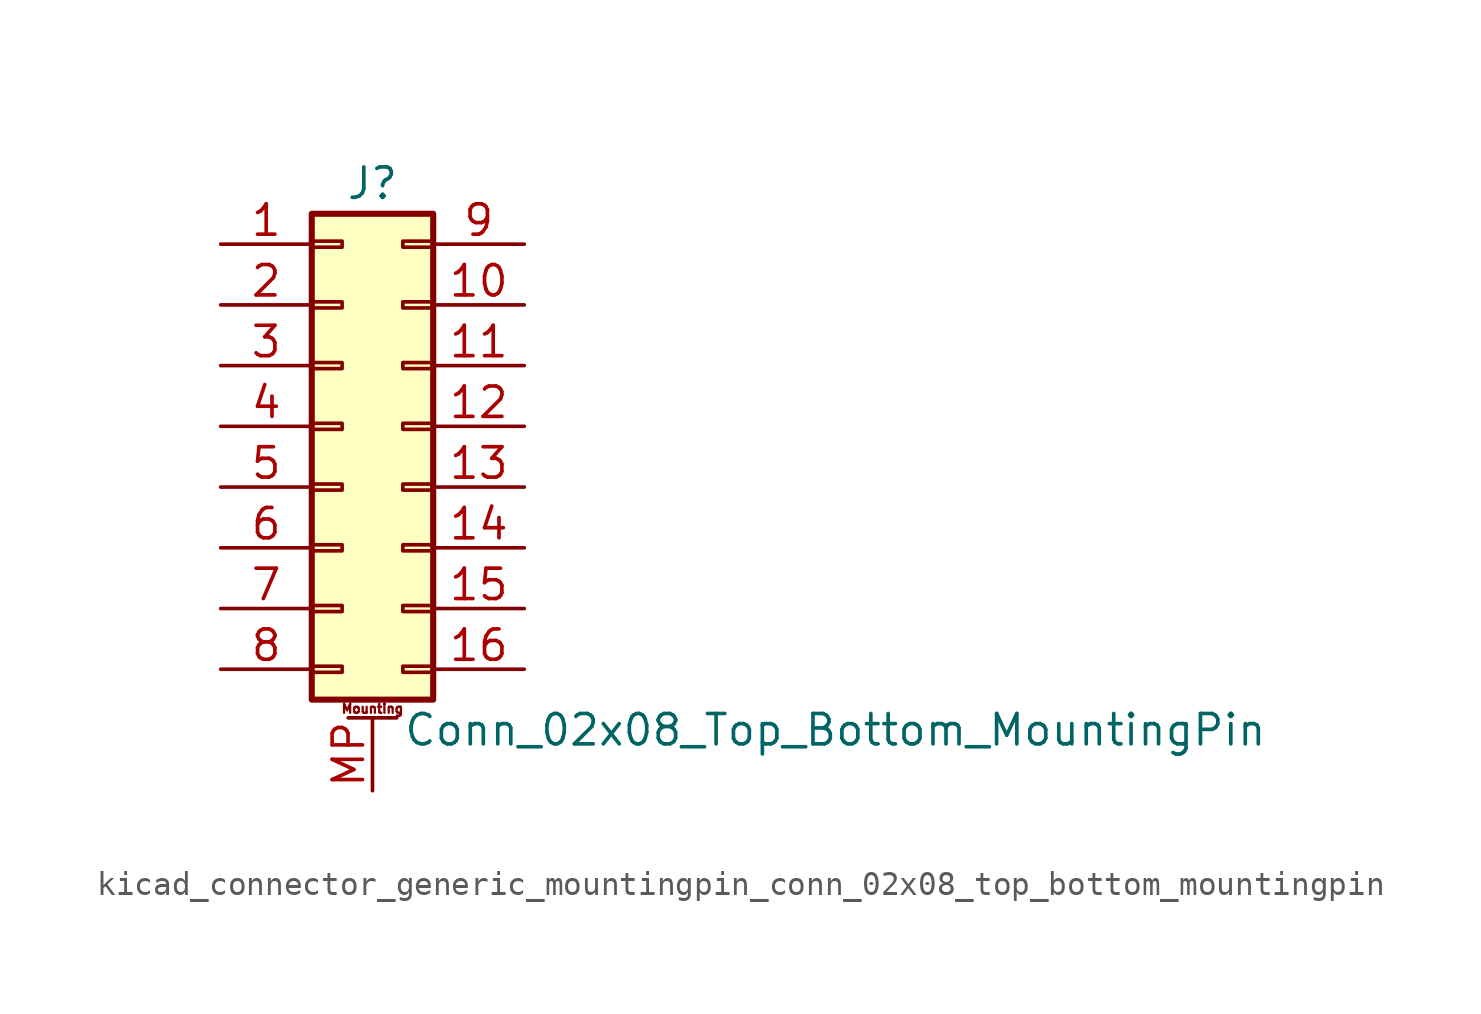
<source format=kicad_sym>
(kicad_symbol_lib
  (version 20220914)
  (generator kicad_symbol_editor)
  (symbol "kicad_connector_generic_mountingpin_conn_02x08_top_bottom_mountingpin"
    (pin_names
      (offset 1.016) hide)
    (property "Reference" "J"
      (at 1.27 10.16 0)
      (effects (font (size 1.27 1.27))))
    (property "Value" "Conn_02x08_Top_Bottom_MountingPin"
      (at 2.54 -12.7 0)
      (effects (font (size 1.27 1.27)) (justify left)))
    (symbol "kicad_connector_generic_mountingpin_conn_02x08_top_bottom_mountingpin_1_1"
      (rectangle (start -1.27 -10.033) (end 0 -10.287) (stroke (width 0.152) (type default)) (fill (type none)))
      (rectangle (start -1.27 -7.493) (end 0 -7.747) (stroke (width 0.152) (type default)) (fill (type none)))
      (rectangle (start -1.27 -4.953) (end 0 -5.207) (stroke (width 0.152) (type default)) (fill (type none)))
      (rectangle (start -1.27 -2.413) (end 0 -2.667) (stroke (width 0.152) (type default)) (fill (type none)))
      (rectangle (start -1.27 0.127) (end 0 -0.127) (stroke (width 0.152) (type default)) (fill (type none)))
      (rectangle (start -1.27 2.667) (end 0 2.413) (stroke (width 0.152) (type default)) (fill (type none)))
      (rectangle (start -1.27 5.207) (end 0 4.953) (stroke (width 0.152) (type default)) (fill (type none)))
      (rectangle (start -1.27 7.747) (end 0 7.493) (stroke (width 0.152) (type default)) (fill (type none)))
      (rectangle (start -1.27 8.89) (end 3.81 -11.43) (stroke (width 0.254) (type default)) (fill (type background)))
      (polyline (pts (xy 0.254 -12.192) (xy 2.286 -12.192)) (stroke (width 0.152) (type default)) (fill (type none)))
      (rectangle (start 3.81 -10.033) (end 2.54 -10.287) (stroke (width 0.152) (type default)) (fill (type none)))
      (rectangle (start 3.81 -7.493) (end 2.54 -7.747) (stroke (width 0.152) (type default)) (fill (type none)))
      (rectangle (start 3.81 -4.953) (end 2.54 -5.207) (stroke (width 0.152) (type default)) (fill (type none)))
      (rectangle (start 3.81 -2.413) (end 2.54 -2.667) (stroke (width 0.152) (type default)) (fill (type none)))
      (rectangle (start 3.81 0.127) (end 2.54 -0.127) (stroke (width 0.152) (type default)) (fill (type none)))
      (rectangle (start 3.81 2.667) (end 2.54 2.413) (stroke (width 0.152) (type default)) (fill (type none)))
      (rectangle (start 3.81 5.207) (end 2.54 4.953) (stroke (width 0.152) (type default)) (fill (type none)))
      (rectangle (start 3.81 7.747) (end 2.54 7.493) (stroke (width 0.152) (type default)) (fill (type none)))
      (text "Mounting" (at 1.27 -11.811 0) (effects (font (size 0.381 0.381))))
      (pin passive line (at -5.08 7.62 0) (length 3.81) (name "Pin_1" (effects (font (size 1.27 1.27)))) (number "1" (effects (font (size 1.27 1.27)))))
      (pin passive line (at 7.62 5.08 180) (length 3.81) (name "Pin_10" (effects (font (size 1.27 1.27)))) (number "10" (effects (font (size 1.27 1.27)))))
      (pin passive line (at 7.62 2.54 180) (length 3.81) (name "Pin_11" (effects (font (size 1.27 1.27)))) (number "11" (effects (font (size 1.27 1.27)))))
      (pin passive line (at 7.62 0 180) (length 3.81) (name "Pin_12" (effects (font (size 1.27 1.27)))) (number "12" (effects (font (size 1.27 1.27)))))
      (pin passive line (at 7.62 -2.54 180) (length 3.81) (name "Pin_13" (effects (font (size 1.27 1.27)))) (number "13" (effects (font (size 1.27 1.27)))))
      (pin passive line (at 7.62 -5.08 180) (length 3.81) (name "Pin_14" (effects (font (size 1.27 1.27)))) (number "14" (effects (font (size 1.27 1.27)))))
      (pin passive line (at 7.62 -7.62 180) (length 3.81) (name "Pin_15" (effects (font (size 1.27 1.27)))) (number "15" (effects (font (size 1.27 1.27)))))
      (pin passive line (at 7.62 -10.16 180) (length 3.81) (name "Pin_16" (effects (font (size 1.27 1.27)))) (number "16" (effects (font (size 1.27 1.27)))))
      (pin passive line (at -5.08 5.08 0) (length 3.81) (name "Pin_2" (effects (font (size 1.27 1.27)))) (number "2" (effects (font (size 1.27 1.27)))))
      (pin passive line (at -5.08 2.54 0) (length 3.81) (name "Pin_3" (effects (font (size 1.27 1.27)))) (number "3" (effects (font (size 1.27 1.27)))))
      (pin passive line (at -5.08 0 0) (length 3.81) (name "Pin_4" (effects (font (size 1.27 1.27)))) (number "4" (effects (font (size 1.27 1.27)))))
      (pin passive line (at -5.08 -2.54 0) (length 3.81) (name "Pin_5" (effects (font (size 1.27 1.27)))) (number "5" (effects (font (size 1.27 1.27)))))
      (pin passive line (at -5.08 -5.08 0) (length 3.81) (name "Pin_6" (effects (font (size 1.27 1.27)))) (number "6" (effects (font (size 1.27 1.27)))))
      (pin passive line (at -5.08 -7.62 0) (length 3.81) (name "Pin_7" (effects (font (size 1.27 1.27)))) (number "7" (effects (font (size 1.27 1.27)))))
      (pin passive line (at -5.08 -10.16 0) (length 3.81) (name "Pin_8" (effects (font (size 1.27 1.27)))) (number "8" (effects (font (size 1.27 1.27)))))
      (pin passive line (at 7.62 7.62 180) (length 3.81) (name "Pin_9" (effects (font (size 1.27 1.27)))) (number "9" (effects (font (size 1.27 1.27)))))
      (pin passive line (at 1.27 -15.24 90) (length 3.048) (name "MountPin" (effects (font (size 1.27 1.27)))) (number "MP" (effects (font (size 1.27 1.27))))))))
</source>
